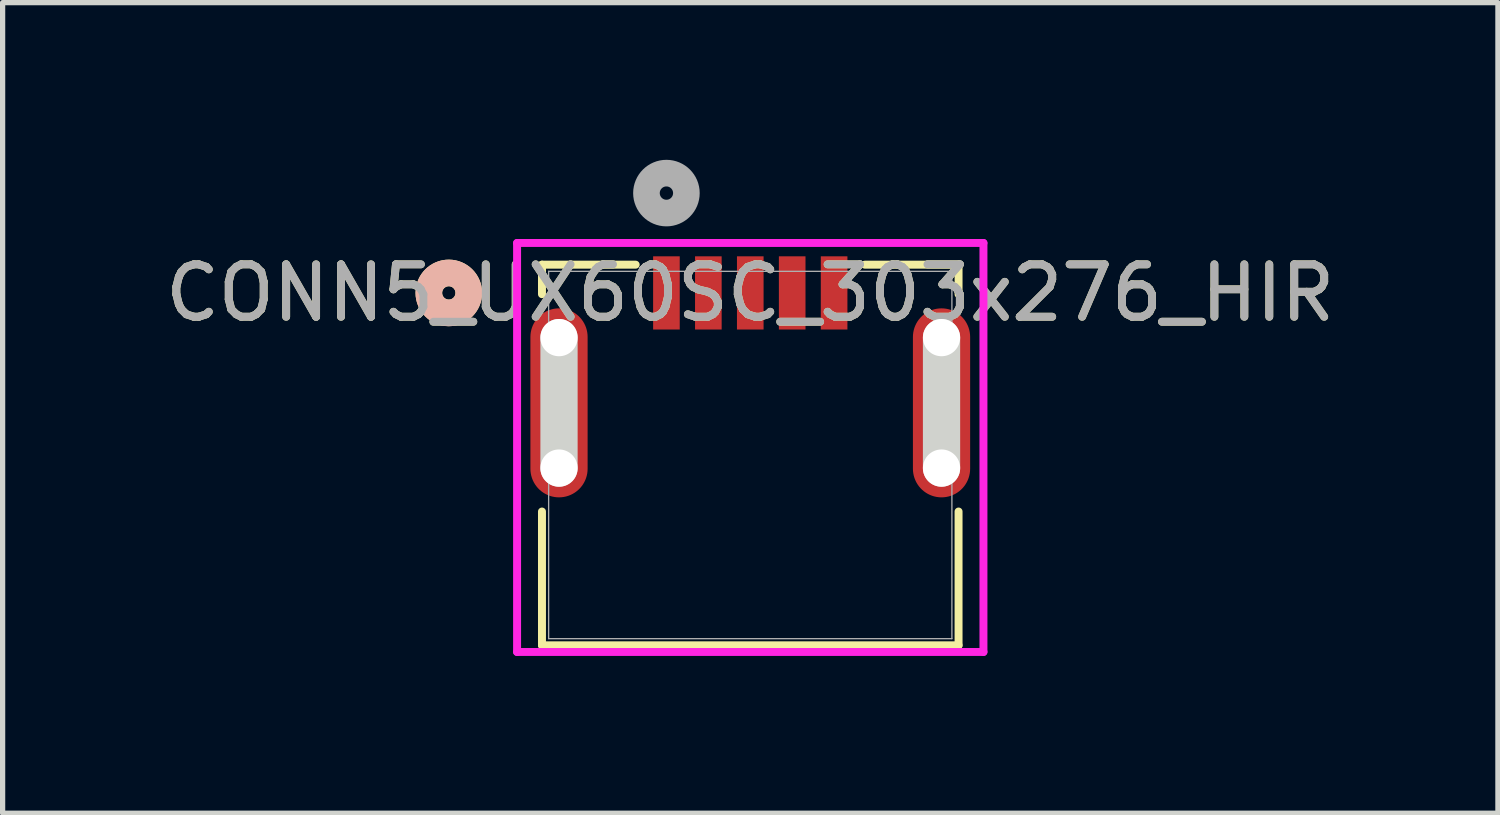
<source format=kicad_pcb>
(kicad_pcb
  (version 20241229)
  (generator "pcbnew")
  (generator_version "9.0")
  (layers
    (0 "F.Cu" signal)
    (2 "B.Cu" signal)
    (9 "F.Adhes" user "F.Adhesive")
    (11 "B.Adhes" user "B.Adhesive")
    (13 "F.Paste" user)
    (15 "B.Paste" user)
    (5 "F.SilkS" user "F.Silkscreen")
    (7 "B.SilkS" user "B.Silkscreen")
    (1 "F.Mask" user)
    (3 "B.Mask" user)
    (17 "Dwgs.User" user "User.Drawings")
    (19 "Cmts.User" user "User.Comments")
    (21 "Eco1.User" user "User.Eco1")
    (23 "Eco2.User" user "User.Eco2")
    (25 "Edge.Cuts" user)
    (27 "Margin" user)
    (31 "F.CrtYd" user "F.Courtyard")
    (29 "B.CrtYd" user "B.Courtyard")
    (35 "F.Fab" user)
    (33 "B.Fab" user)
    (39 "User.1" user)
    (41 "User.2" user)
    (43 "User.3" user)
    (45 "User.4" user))
  (footprint "CONN5_UX60SC_303x276_HIR"
    (layer "F.Cu")
    (at 9.668 2.54)
    (property "Reference" "CONN5_UX60SC_303x276_HIR" (at 1.6 0 0) (unlocked yes) (layer "F.SilkS") (effects (font (size 1 1) (thickness 0.15))))
    (attr smd)
    (fp_line (start -2.375 -0.539) (end -2.375 0.024) (stroke (width 0.152) (type solid)) (layer "F.SilkS"))
    (fp_line (start -2.375 4.172) (end -2.375 6.725) (stroke (width 0.152) (type solid)) (layer "F.SilkS"))
    (fp_line (start -2.375 6.725) (end 5.575 6.725) (stroke (width 0.152) (type solid)) (layer "F.SilkS"))
    (fp_line (start -0.587 -0.539) (end -2.375 -0.539) (stroke (width 0.152) (type solid)) (layer "F.SilkS"))
    (fp_line (start 5.575 -0.539) (end 3.787 -0.539) (stroke (width 0.152) (type solid)) (layer "F.SilkS"))
    (fp_line (start 5.575 0.024) (end 5.575 -0.539) (stroke (width 0.152) (type solid)) (layer "F.SilkS"))
    (fp_line (start 5.575 6.725) (end 5.575 4.172) (stroke (width 0.152) (type solid)) (layer "F.SilkS"))
    (fp_circle (center -4.153 0) (end -3.772 0) (stroke (width 0.508) (type solid)) (fill no) (layer "F.SilkS"))
    (fp_circle (center -4.153 0) (end -3.772 0) (stroke (width 0.508) (type solid)) (fill no) (layer "B.SilkS"))
    (fp_line (start -2.05 3.343) (end -2.05 0.853) (stroke (width 0.711) (type solid)) (layer "Edge.Cuts"))
    (fp_line (start 5.25 3.343) (end 5.25 0.853) (stroke (width 0.711) (type solid)) (layer "Edge.Cuts"))
    (fp_line (start -2.85 -0.953) (end -2.85 6.852) (stroke (width 0.152) (type solid)) (layer "F.CrtYd"))
    (fp_line (start -2.85 6.852) (end 6.05 6.852) (stroke (width 0.152) (type solid)) (layer "F.CrtYd"))
    (fp_line (start 6.05 -0.953) (end -2.85 -0.953) (stroke (width 0.152) (type solid)) (layer "F.CrtYd"))
    (fp_line (start 6.05 6.852) (end 6.05 -0.953) (stroke (width 0.152) (type solid)) (layer "F.CrtYd"))
    (fp_line (start -2.248 -0.412) (end -2.248 6.598) (stroke (width 0.025) (type solid)) (layer "F.Fab"))
    (fp_line (start -2.248 6.598) (end 5.448 6.598) (stroke (width 0.025) (type solid)) (layer "F.Fab"))
    (fp_line (start 5.448 -0.412) (end -2.248 -0.412) (stroke (width 0.025) (type solid)) (layer "F.Fab"))
    (fp_line (start 5.448 6.598) (end 5.448 -0.412) (stroke (width 0.025) (type solid)) (layer "F.Fab"))
    (fp_circle (center 0 -1.905) (end 0.381 -1.905) (stroke (width 0.508) (type solid)) (fill no) (layer "F.Fab"))
    (fp_text user "${REFERENCE}" (at 1.6 0 0) (unlocked yes) (layer "F.Fab") (effects (font (size 1 1) (thickness 0.15))))
    (pad "" np_thru_hole circle (at -2.05 0.853) (size 0.711 0.711) (drill 0.711) (layers "*.Cu" "*.Mask"))
    (pad "" np_thru_hole circle (at -2.05 3.343) (size 0.711 0.711) (drill 0.711) (layers "*.Cu" "*.Mask"))
    (pad "" np_thru_hole circle (at 5.25 0.853) (size 0.711 0.711) (drill 0.711) (layers "*.Cu" "*.Mask"))
    (pad "" np_thru_hole circle (at 5.25 3.343) (size 0.711 0.711) (drill 0.711) (layers "*.Cu" "*.Mask"))
    (pad "1" smd rect (at 0 0) (size 0.508 1.397) (layers "F.Cu" "F.Mask" "F.Paste"))
    (pad "2" smd rect (at 0.8 0) (size 0.508 1.397) (layers "F.Cu" "F.Mask" "F.Paste"))
    (pad "3" smd rect (at 1.6 0) (size 0.508 1.397) (layers "F.Cu" "F.Mask" "F.Paste"))
    (pad "4" smd rect (at 2.4 0) (size 0.508 1.397) (layers "F.Cu" "F.Mask" "F.Paste"))
    (pad "5" smd rect (at 3.2 0) (size 0.508 1.397) (layers "F.Cu" "F.Mask" "F.Paste"))
    (pad "6" smd oval (at -2.05 2.098) (size 1.092 3.607) (layers "F.Cu" "F.Mask" "F.Paste"))
    (pad "7" smd oval (at 5.25 2.098) (size 1.092 3.607) (layers "F.Cu" "F.Mask" "F.Paste")))
  (gr_rect
    (start -3 -3)
    (end 25.536 12.469)
    (stroke (width 0.1) (type default))
    (fill no)
    (layer "Edge.Cuts")))
</source>
